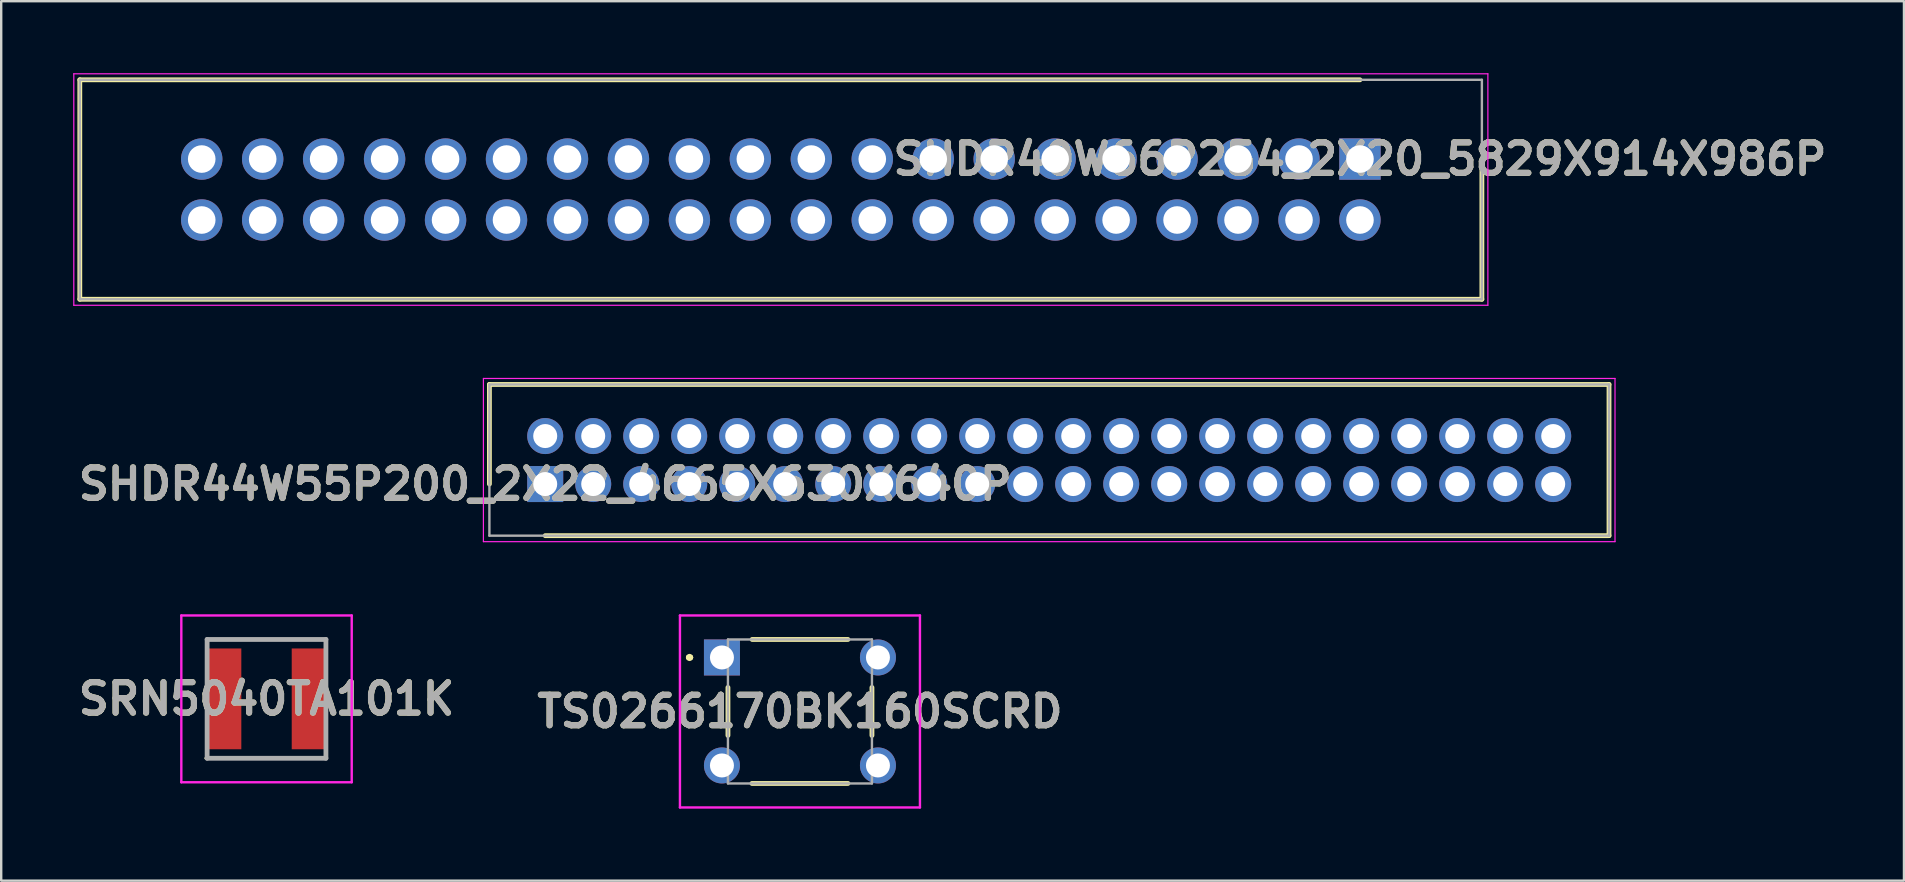
<source format=kicad_pcb>
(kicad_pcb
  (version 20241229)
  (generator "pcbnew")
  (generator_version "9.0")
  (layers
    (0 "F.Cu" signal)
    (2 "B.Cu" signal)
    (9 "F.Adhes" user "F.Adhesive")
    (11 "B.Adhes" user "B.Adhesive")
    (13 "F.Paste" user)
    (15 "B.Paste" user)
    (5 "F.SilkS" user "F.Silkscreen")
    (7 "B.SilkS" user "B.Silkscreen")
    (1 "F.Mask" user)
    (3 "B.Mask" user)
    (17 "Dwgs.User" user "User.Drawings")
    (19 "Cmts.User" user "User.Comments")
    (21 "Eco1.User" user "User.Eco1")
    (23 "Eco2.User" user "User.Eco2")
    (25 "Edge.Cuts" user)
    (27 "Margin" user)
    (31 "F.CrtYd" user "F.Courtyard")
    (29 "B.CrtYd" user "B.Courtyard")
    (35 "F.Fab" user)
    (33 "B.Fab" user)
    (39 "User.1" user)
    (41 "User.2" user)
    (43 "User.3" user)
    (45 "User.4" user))
  (footprint "SRN5040TA101K"
    (layer "F.Cu")
    (at 8.055 26.069)
    (property "Reference" "SRN5040TA101K" (at 0 0 0) (layer "F.SilkS") (effects (font (size 1.27 1.27) (thickness 0.254))))
    (attr smd)
    (fp_line (start -2.54 2.475) (end 2.475 2.475) (stroke (width 0.1) (type solid)) (layer "F.SilkS"))
    (fp_line (start -2.475 -2.475) (end 2.475 -2.475) (stroke (width 0.1) (type solid)) (layer "F.SilkS"))
    (fp_line (start -3.55 -3.475) (end 3.55 -3.475) (stroke (width 0.1) (type solid)) (layer "F.CrtYd"))
    (fp_line (start -3.55 3.475) (end -3.55 -3.475) (stroke (width 0.1) (type solid)) (layer "F.CrtYd"))
    (fp_line (start 3.55 -3.475) (end 3.55 3.475) (stroke (width 0.1) (type solid)) (layer "F.CrtYd"))
    (fp_line (start 3.55 3.475) (end -3.55 3.475) (stroke (width 0.1) (type solid)) (layer "F.CrtYd"))
    (fp_line (start -2.475 -2.475) (end 2.475 -2.475) (stroke (width 0.2) (type solid)) (layer "F.Fab"))
    (fp_line (start -2.475 2.475) (end -2.475 -2.475) (stroke (width 0.2) (type solid)) (layer "F.Fab"))
    (fp_line (start 2.475 -2.475) (end 2.475 2.475) (stroke (width 0.2) (type solid)) (layer "F.Fab"))
    (fp_line (start 2.475 2.475) (end -2.475 2.475) (stroke (width 0.2) (type solid)) (layer "F.Fab"))
    (fp_text user "${REFERENCE}" (at 0 0 0) (layer "F.Fab") (effects (font (size 1.27 1.27) (thickness 0.254))))
    (pad "1" smd rect (at -1.8 0) (size 1.5 4.2) (layers "F.Cu" "F.Mask" "F.Paste"))
    (pad "2" smd rect (at 1.8 0) (size 1.5 4.2) (layers "F.Cu" "F.Mask" "F.Paste")))
  (footprint "TS0266170BK160SCRD"
    (layer "F.Cu")
    (at 27.031 24.344)
    (property "Reference" "TS0266170BK160SCRD" (at 3.25 2.25 0) (layer "F.SilkS") (effects (font (size 1.27 1.27) (thickness 0.254))))
    (attr through_hole)
    (fp_line (start -1.4 0) (end -1.4 0) (stroke (width 0.2) (type solid)) (layer "F.SilkS"))
    (fp_line (start -1.4 0) (end -1.3 0) (stroke (width 0.2) (type solid)) (layer "F.SilkS"))
    (fp_line (start -1.3 0) (end -1.3 0) (stroke (width 0.2) (type solid)) (layer "F.SilkS"))
    (fp_line (start 0.25 1.25) (end 0.25 3.25) (stroke (width 0.2) (type solid)) (layer "F.SilkS"))
    (fp_line (start 1.25 5.25) (end 5.25 5.25) (stroke (width 0.2) (type solid)) (layer "F.SilkS"))
    (fp_line (start 1.258 -0.75) (end 5.25 -0.75) (stroke (width 0.2) (type solid)) (layer "F.SilkS"))
    (fp_line (start 6.25 1.25) (end 6.25 3.25) (stroke (width 0.2) (type solid)) (layer "F.SilkS"))
    (fp_arc (start -1.4 0) (mid -1.35 -0.05) (end -1.3 0) (stroke (width 0.2) (type solid)) (layer "F.SilkS"))
    (fp_arc (start -1.3 0) (mid -1.35 0.05) (end -1.4 0) (stroke (width 0.2) (type solid)) (layer "F.SilkS"))
    (fp_line (start -1.75 -1.75) (end 8.25 -1.75) (stroke (width 0.1) (type solid)) (layer "F.CrtYd"))
    (fp_line (start -1.75 6.25) (end -1.75 -1.75) (stroke (width 0.1) (type solid)) (layer "F.CrtYd"))
    (fp_line (start 8.25 -1.75) (end 8.25 6.25) (stroke (width 0.1) (type solid)) (layer "F.CrtYd"))
    (fp_line (start 8.25 6.25) (end -1.75 6.25) (stroke (width 0.1) (type solid)) (layer "F.CrtYd"))
    (fp_line (start 0.25 -0.75) (end 6.25 -0.75) (stroke (width 0.1) (type solid)) (layer "F.Fab"))
    (fp_line (start 0.25 5.25) (end 0.25 -0.75) (stroke (width 0.1) (type solid)) (layer "F.Fab"))
    (fp_line (start 6.25 -0.75) (end 6.25 5.25) (stroke (width 0.1) (type solid)) (layer "F.Fab"))
    (fp_line (start 6.25 5.25) (end 0.25 5.25) (stroke (width 0.1) (type solid)) (layer "F.Fab"))
    (fp_text user "${REFERENCE}" (at 3.25 2.25 0) (layer "F.Fab") (effects (font (size 1.27 1.27) (thickness 0.254))))
    (pad "1" thru_hole rect (at 0 0) (size 1.5 1.5) (drill 1) (layers "*.Cu" "*.Mask"))
    (pad "2" thru_hole circle (at 6.5 0) (size 1.5 1.5) (drill 1) (layers "*.Cu" "*.Mask"))
    (pad "3" thru_hole circle (at 0 4.5) (size 1.5 1.5) (drill 1) (layers "*.Cu" "*.Mask"))
    (pad "4" thru_hole circle (at 6.5 4.5) (size 1.5 1.5) (drill 1) (layers "*.Cu" "*.Mask")))
  (footprint "SHDR44W55P200_2X22_4665X630X640P"
    (layer "F.Cu")
    (at 19.667 17.119)
    (property "Reference" "SHDR44W55P200_2X22_4665X630X640P" (at 0 0 0) (layer "F.SilkS") (effects (font (size 1.27 1.27) (thickness 0.254))))
    (attr through_hole)
    (fp_line (start -2.325 -4.15) (end -2.325 0) (stroke (width 0.2) (type solid)) (layer "F.SilkS"))
    (fp_line (start 0 2.15) (end 44.325 2.15) (stroke (width 0.2) (type solid)) (layer "F.SilkS"))
    (fp_line (start 44.325 -4.15) (end -2.325 -4.15) (stroke (width 0.2) (type solid)) (layer "F.SilkS"))
    (fp_line (start 44.325 2.15) (end 44.325 -4.15) (stroke (width 0.2) (type solid)) (layer "F.SilkS"))
    (fp_line (start -2.575 -4.4) (end 44.575 -4.4) (stroke (width 0.05) (type solid)) (layer "F.CrtYd"))
    (fp_line (start -2.575 2.4) (end -2.575 -4.4) (stroke (width 0.05) (type solid)) (layer "F.CrtYd"))
    (fp_line (start 44.575 -4.4) (end 44.575 2.4) (stroke (width 0.05) (type solid)) (layer "F.CrtYd"))
    (fp_line (start 44.575 2.4) (end -2.575 2.4) (stroke (width 0.05) (type solid)) (layer "F.CrtYd"))
    (fp_line (start -2.325 -4.15) (end 44.325 -4.15) (stroke (width 0.1) (type solid)) (layer "F.Fab"))
    (fp_line (start -2.325 2.15) (end -2.325 -4.15) (stroke (width 0.1) (type solid)) (layer "F.Fab"))
    (fp_line (start 44.325 -4.15) (end 44.325 2.15) (stroke (width 0.1) (type solid)) (layer "F.Fab"))
    (fp_line (start 44.325 2.15) (end -2.325 2.15) (stroke (width 0.1) (type solid)) (layer "F.Fab"))
    (fp_text user "${REFERENCE}" (at 0 0 0) (layer "F.Fab") (effects (font (size 1.27 1.27) (thickness 0.254))))
    (pad "1" thru_hole rect (at 0 0) (size 1.5 1.5) (drill 1) (layers "*.Cu" "*.Mask"))
    (pad "2" thru_hole circle (at 0 -2) (size 1.5 1.5) (drill 1) (layers "*.Cu" "*.Mask"))
    (pad "3" thru_hole circle (at 2 0) (size 1.5 1.5) (drill 1) (layers "*.Cu" "*.Mask"))
    (pad "4" thru_hole circle (at 2 -2) (size 1.5 1.5) (drill 1) (layers "*.Cu" "*.Mask"))
    (pad "5" thru_hole circle (at 4 0) (size 1.5 1.5) (drill 1) (layers "*.Cu" "*.Mask"))
    (pad "6" thru_hole circle (at 4 -2) (size 1.5 1.5) (drill 1) (layers "*.Cu" "*.Mask"))
    (pad "7" thru_hole circle (at 6 0) (size 1.5 1.5) (drill 1) (layers "*.Cu" "*.Mask"))
    (pad "8" thru_hole circle (at 6 -2) (size 1.5 1.5) (drill 1) (layers "*.Cu" "*.Mask"))
    (pad "9" thru_hole circle (at 8 0) (size 1.5 1.5) (drill 1) (layers "*.Cu" "*.Mask"))
    (pad "10" thru_hole circle (at 8 -2) (size 1.5 1.5) (drill 1) (layers "*.Cu" "*.Mask"))
    (pad "11" thru_hole circle (at 10 0) (size 1.5 1.5) (drill 1) (layers "*.Cu" "*.Mask"))
    (pad "12" thru_hole circle (at 10 -2) (size 1.5 1.5) (drill 1) (layers "*.Cu" "*.Mask"))
    (pad "13" thru_hole circle (at 12 0) (size 1.5 1.5) (drill 1) (layers "*.Cu" "*.Mask"))
    (pad "14" thru_hole circle (at 12 -2) (size 1.5 1.5) (drill 1) (layers "*.Cu" "*.Mask"))
    (pad "15" thru_hole circle (at 14 0) (size 1.5 1.5) (drill 1) (layers "*.Cu" "*.Mask"))
    (pad "16" thru_hole circle (at 14 -2) (size 1.5 1.5) (drill 1) (layers "*.Cu" "*.Mask"))
    (pad "17" thru_hole circle (at 16 0) (size 1.5 1.5) (drill 1) (layers "*.Cu" "*.Mask"))
    (pad "18" thru_hole circle (at 16 -2) (size 1.5 1.5) (drill 1) (layers "*.Cu" "*.Mask"))
    (pad "19" thru_hole circle (at 18 0) (size 1.5 1.5) (drill 1) (layers "*.Cu" "*.Mask"))
    (pad "20" thru_hole circle (at 18 -2) (size 1.5 1.5) (drill 1) (layers "*.Cu" "*.Mask"))
    (pad "21" thru_hole circle (at 20 0) (size 1.5 1.5) (drill 1) (layers "*.Cu" "*.Mask"))
    (pad "22" thru_hole circle (at 20 -2) (size 1.5 1.5) (drill 1) (layers "*.Cu" "*.Mask"))
    (pad "23" thru_hole circle (at 22 0) (size 1.5 1.5) (drill 1) (layers "*.Cu" "*.Mask"))
    (pad "24" thru_hole circle (at 22 -2) (size 1.5 1.5) (drill 1) (layers "*.Cu" "*.Mask"))
    (pad "25" thru_hole circle (at 24 0) (size 1.5 1.5) (drill 1) (layers "*.Cu" "*.Mask"))
    (pad "26" thru_hole circle (at 24 -2) (size 1.5 1.5) (drill 1) (layers "*.Cu" "*.Mask"))
    (pad "27" thru_hole circle (at 26 0) (size 1.5 1.5) (drill 1) (layers "*.Cu" "*.Mask"))
    (pad "28" thru_hole circle (at 26 -2) (size 1.5 1.5) (drill 1) (layers "*.Cu" "*.Mask"))
    (pad "29" thru_hole circle (at 28 0) (size 1.5 1.5) (drill 1) (layers "*.Cu" "*.Mask"))
    (pad "30" thru_hole circle (at 28 -2) (size 1.5 1.5) (drill 1) (layers "*.Cu" "*.Mask"))
    (pad "31" thru_hole circle (at 30 0) (size 1.5 1.5) (drill 1) (layers "*.Cu" "*.Mask"))
    (pad "32" thru_hole circle (at 30 -2) (size 1.5 1.5) (drill 1) (layers "*.Cu" "*.Mask"))
    (pad "33" thru_hole circle (at 32 0) (size 1.5 1.5) (drill 1) (layers "*.Cu" "*.Mask"))
    (pad "34" thru_hole circle (at 32 -2) (size 1.5 1.5) (drill 1) (layers "*.Cu" "*.Mask"))
    (pad "35" thru_hole circle (at 34 0) (size 1.5 1.5) (drill 1) (layers "*.Cu" "*.Mask"))
    (pad "36" thru_hole circle (at 34 -2) (size 1.5 1.5) (drill 1) (layers "*.Cu" "*.Mask"))
    (pad "37" thru_hole circle (at 36 0) (size 1.5 1.5) (drill 1) (layers "*.Cu" "*.Mask"))
    (pad "38" thru_hole circle (at 36 -2) (size 1.5 1.5) (drill 1) (layers "*.Cu" "*.Mask"))
    (pad "39" thru_hole circle (at 38 0) (size 1.5 1.5) (drill 1) (layers "*.Cu" "*.Mask"))
    (pad "40" thru_hole circle (at 38 -2) (size 1.5 1.5) (drill 1) (layers "*.Cu" "*.Mask"))
    (pad "41" thru_hole circle (at 40 0) (size 1.5 1.5) (drill 1) (layers "*.Cu" "*.Mask"))
    (pad "42" thru_hole circle (at 40 -2) (size 1.5 1.5) (drill 1) (layers "*.Cu" "*.Mask"))
    (pad "43" thru_hole circle (at 42 0) (size 1.5 1.5) (drill 1) (layers "*.Cu" "*.Mask"))
    (pad "44" thru_hole circle (at 42 -2) (size 1.5 1.5) (drill 1) (layers "*.Cu" "*.Mask")))
  (footprint "SHDR40W66P254_2X20_5829X914X986P"
    (layer "F.Cu")
    (at 53.615 3.577)
    (property "Reference" "SHDR40W66P254_2X20_5829X914X986P" (at 0 0 0) (layer "F.SilkS") (effects (font (size 1.27 1.27) (thickness 0.254))))
    (attr through_hole)
    (fp_line (start -53.34 -3.302) (end -53.34 5.842) (stroke (width 0.2) (type solid)) (layer "F.SilkS"))
    (fp_line (start -53.34 5.842) (end 5.08 5.842) (stroke (width 0.2) (type solid)) (layer "F.SilkS"))
    (fp_line (start 0 -3.302) (end -53.34 -3.302) (stroke (width 0.2) (type solid)) (layer "F.SilkS"))
    (fp_line (start 5.08 5.842) (end 5.08 0) (stroke (width 0.2) (type solid)) (layer "F.SilkS"))
    (fp_line (start -53.59 -3.552) (end -53.59 6.092) (stroke (width 0.05) (type solid)) (layer "F.CrtYd"))
    (fp_line (start -53.59 6.092) (end 5.33 6.092) (stroke (width 0.05) (type solid)) (layer "F.CrtYd"))
    (fp_line (start 5.33 -3.552) (end -53.59 -3.552) (stroke (width 0.05) (type solid)) (layer "F.CrtYd"))
    (fp_line (start 5.33 6.092) (end 5.33 -3.552) (stroke (width 0.05) (type solid)) (layer "F.CrtYd"))
    (fp_line (start -53.34 -3.302) (end -53.34 5.842) (stroke (width 0.1) (type solid)) (layer "F.Fab"))
    (fp_line (start -53.34 5.842) (end 5.08 5.842) (stroke (width 0.1) (type solid)) (layer "F.Fab"))
    (fp_line (start 5.08 -3.302) (end -53.34 -3.302) (stroke (width 0.1) (type solid)) (layer "F.Fab"))
    (fp_line (start 5.08 5.842) (end 5.08 -3.302) (stroke (width 0.1) (type solid)) (layer "F.Fab"))
    (fp_text user "${REFERENCE}" (at 0 0 0) (layer "F.Fab") (effects (font (size 1.27 1.27) (thickness 0.254))))
    (pad "1" thru_hole rect (at 0 0) (size 1.725 1.725) (drill 1.15) (layers "*.Cu" "*.Mask"))
    (pad "2" thru_hole circle (at 0 2.54) (size 1.725 1.725) (drill 1.15) (layers "*.Cu" "*.Mask"))
    (pad "3" thru_hole circle (at -2.54 0) (size 1.725 1.725) (drill 1.15) (layers "*.Cu" "*.Mask"))
    (pad "4" thru_hole circle (at -2.54 2.54) (size 1.725 1.725) (drill 1.15) (layers "*.Cu" "*.Mask"))
    (pad "5" thru_hole circle (at -5.08 0) (size 1.725 1.725) (drill 1.15) (layers "*.Cu" "*.Mask"))
    (pad "6" thru_hole circle (at -5.08 2.54) (size 1.725 1.725) (drill 1.15) (layers "*.Cu" "*.Mask"))
    (pad "7" thru_hole circle (at -7.62 0) (size 1.725 1.725) (drill 1.15) (layers "*.Cu" "*.Mask"))
    (pad "8" thru_hole circle (at -7.62 2.54) (size 1.725 1.725) (drill 1.15) (layers "*.Cu" "*.Mask"))
    (pad "9" thru_hole circle (at -10.16 0) (size 1.725 1.725) (drill 1.15) (layers "*.Cu" "*.Mask"))
    (pad "10" thru_hole circle (at -10.16 2.54) (size 1.725 1.725) (drill 1.15) (layers "*.Cu" "*.Mask"))
    (pad "11" thru_hole circle (at -12.7 0) (size 1.725 1.725) (drill 1.15) (layers "*.Cu" "*.Mask"))
    (pad "12" thru_hole circle (at -12.7 2.54) (size 1.725 1.725) (drill 1.15) (layers "*.Cu" "*.Mask"))
    (pad "13" thru_hole circle (at -15.24 0) (size 1.725 1.725) (drill 1.15) (layers "*.Cu" "*.Mask"))
    (pad "14" thru_hole circle (at -15.24 2.54) (size 1.725 1.725) (drill 1.15) (layers "*.Cu" "*.Mask"))
    (pad "15" thru_hole circle (at -17.78 0) (size 1.725 1.725) (drill 1.15) (layers "*.Cu" "*.Mask"))
    (pad "16" thru_hole circle (at -17.78 2.54) (size 1.725 1.725) (drill 1.15) (layers "*.Cu" "*.Mask"))
    (pad "17" thru_hole circle (at -20.32 0) (size 1.725 1.725) (drill 1.15) (layers "*.Cu" "*.Mask"))
    (pad "18" thru_hole circle (at -20.32 2.54) (size 1.725 1.725) (drill 1.15) (layers "*.Cu" "*.Mask"))
    (pad "19" thru_hole circle (at -22.86 0) (size 1.725 1.725) (drill 1.15) (layers "*.Cu" "*.Mask"))
    (pad "20" thru_hole circle (at -22.86 2.54) (size 1.725 1.725) (drill 1.15) (layers "*.Cu" "*.Mask"))
    (pad "21" thru_hole circle (at -25.4 0) (size 1.725 1.725) (drill 1.15) (layers "*.Cu" "*.Mask"))
    (pad "22" thru_hole circle (at -25.4 2.54) (size 1.725 1.725) (drill 1.15) (layers "*.Cu" "*.Mask"))
    (pad "23" thru_hole circle (at -27.94 0) (size 1.725 1.725) (drill 1.15) (layers "*.Cu" "*.Mask"))
    (pad "24" thru_hole circle (at -27.94 2.54) (size 1.725 1.725) (drill 1.15) (layers "*.Cu" "*.Mask"))
    (pad "25" thru_hole circle (at -30.48 0) (size 1.725 1.725) (drill 1.15) (layers "*.Cu" "*.Mask"))
    (pad "26" thru_hole circle (at -30.48 2.54) (size 1.725 1.725) (drill 1.15) (layers "*.Cu" "*.Mask"))
    (pad "27" thru_hole circle (at -33.02 0) (size 1.725 1.725) (drill 1.15) (layers "*.Cu" "*.Mask"))
    (pad "28" thru_hole circle (at -33.02 2.54) (size 1.725 1.725) (drill 1.15) (layers "*.Cu" "*.Mask"))
    (pad "29" thru_hole circle (at -35.56 0) (size 1.725 1.725) (drill 1.15) (layers "*.Cu" "*.Mask"))
    (pad "30" thru_hole circle (at -35.56 2.54) (size 1.725 1.725) (drill 1.15) (layers "*.Cu" "*.Mask"))
    (pad "31" thru_hole circle (at -38.1 0) (size 1.725 1.725) (drill 1.15) (layers "*.Cu" "*.Mask"))
    (pad "32" thru_hole circle (at -38.1 2.54) (size 1.725 1.725) (drill 1.15) (layers "*.Cu" "*.Mask"))
    (pad "33" thru_hole circle (at -40.64 0) (size 1.725 1.725) (drill 1.15) (layers "*.Cu" "*.Mask"))
    (pad "34" thru_hole circle (at -40.64 2.54) (size 1.725 1.725) (drill 1.15) (layers "*.Cu" "*.Mask"))
    (pad "35" thru_hole circle (at -43.18 0) (size 1.725 1.725) (drill 1.15) (layers "*.Cu" "*.Mask"))
    (pad "36" thru_hole circle (at -43.18 2.54) (size 1.725 1.725) (drill 1.15) (layers "*.Cu" "*.Mask"))
    (pad "37" thru_hole circle (at -45.72 0) (size 1.725 1.725) (drill 1.15) (layers "*.Cu" "*.Mask"))
    (pad "38" thru_hole circle (at -45.72 2.54) (size 1.725 1.725) (drill 1.15) (layers "*.Cu" "*.Mask"))
    (pad "39" thru_hole circle (at -48.26 0) (size 1.725 1.725) (drill 1.15) (layers "*.Cu" "*.Mask"))
    (pad "40" thru_hole circle (at -48.26 2.54) (size 1.725 1.725) (drill 1.15) (layers "*.Cu" "*.Mask")))
  (gr_rect
    (start -3 -3)
    (end 76.282 33.644)
    (stroke (width 0.1) (type default))
    (fill no)
    (layer "Edge.Cuts")))
</source>
